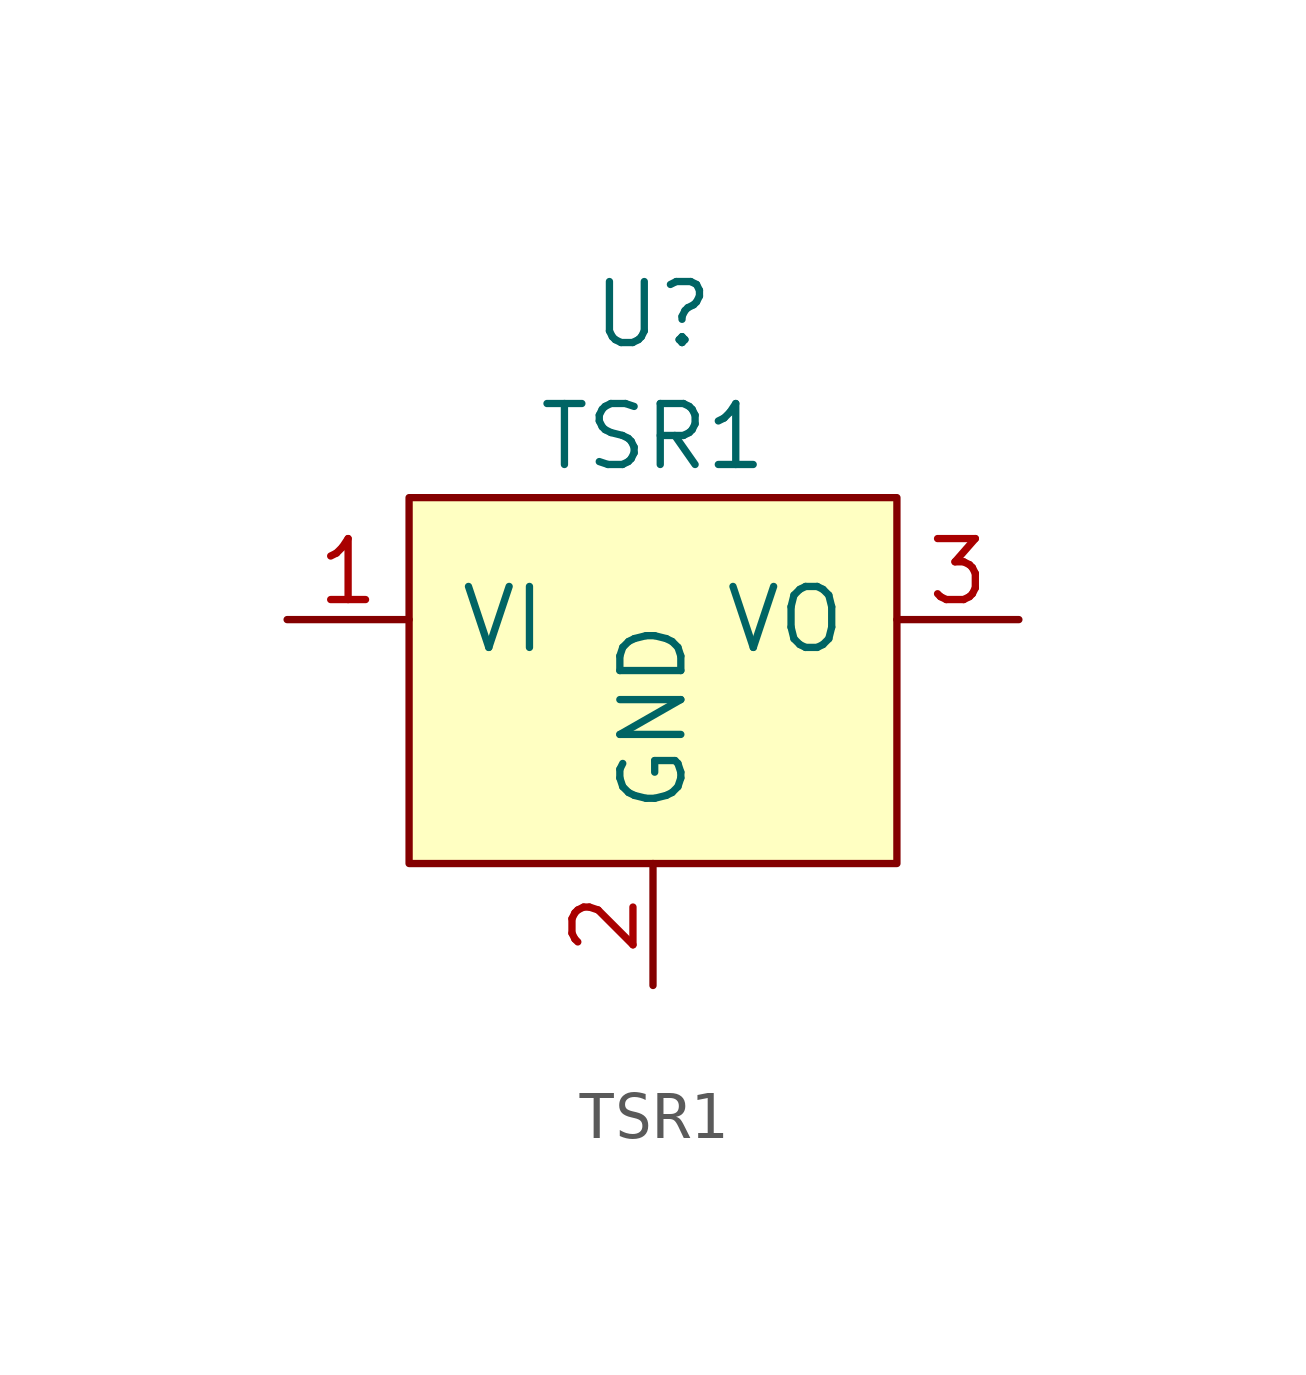
<source format=kicad_sym>
(kicad_symbol_lib
  (version 20211014)
  (generator kicad_symbol_editor)
  (symbol "TSR1"
    (pin_names
      (offset 1.016))
    (property "Reference" "U"
      (at 0 7.62 0)
      (effects (font (size 1.27 1.27))))
    (property "Value" "TSR1"
      (at 0 5.08 0)
      (effects (font (size 1.27 1.27))))
    (symbol "TSR1_0_1"
      (rectangle (start -5.08 3.81) (end 5.08 -3.81) (stroke (width 0) (type default) (color 0 0 0 0)) (fill (type background))))
    (symbol "TSR1_1_1"
      (pin power_in line (at -7.62 1.27 0) (length 2.54) (name "VI" (effects (font (size 1.27 1.27)))) (number "1" (effects (font (size 1.27 1.27)))))
      (pin passive line (at 0 -6.35 90) (length 2.54) (name "GND" (effects (font (size 1.27 1.27)))) (number "2" (effects (font (size 1.27 1.27)))))
      (pin power_out line (at 7.62 1.27 180) (length 2.54) (name "VO" (effects (font (size 1.27 1.27)))) (number "3" (effects (font (size 1.27 1.27))))))))
</source>
